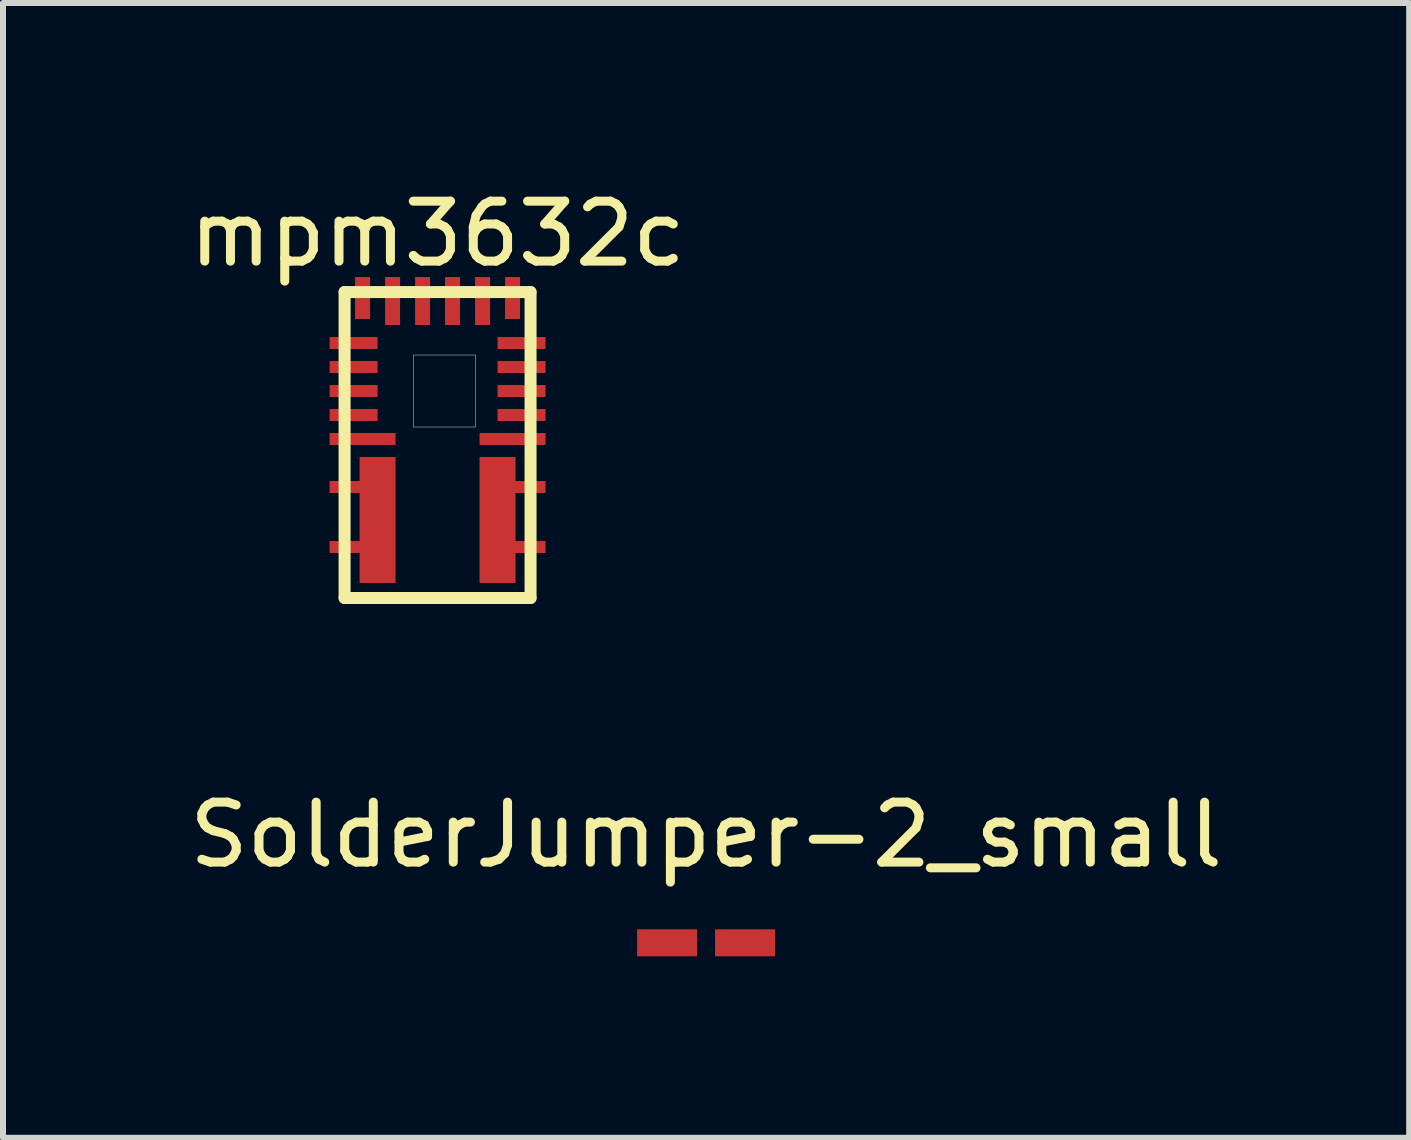
<source format=kicad_pcb>
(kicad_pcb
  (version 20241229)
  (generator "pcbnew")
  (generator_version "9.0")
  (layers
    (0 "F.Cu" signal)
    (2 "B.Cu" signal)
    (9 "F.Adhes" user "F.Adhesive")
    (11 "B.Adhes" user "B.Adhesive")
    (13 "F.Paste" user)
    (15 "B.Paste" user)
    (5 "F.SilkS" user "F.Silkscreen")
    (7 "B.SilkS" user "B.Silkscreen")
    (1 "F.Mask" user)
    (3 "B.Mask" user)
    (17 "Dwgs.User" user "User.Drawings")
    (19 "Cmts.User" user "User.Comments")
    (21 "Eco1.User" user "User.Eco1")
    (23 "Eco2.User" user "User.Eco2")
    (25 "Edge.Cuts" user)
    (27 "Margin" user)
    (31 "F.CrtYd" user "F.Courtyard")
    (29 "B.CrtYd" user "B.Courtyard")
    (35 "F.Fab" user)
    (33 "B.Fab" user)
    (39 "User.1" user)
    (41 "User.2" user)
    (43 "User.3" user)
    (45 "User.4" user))
  (footprint "mpm3632c"
    (layer "F.Cu")
    (at 4.244 4.378)
    (property "Reference" "mpm3632c" (at 0 -3.53 0) (layer "F.SilkS") (effects (font (size 1 1) (thickness 0.15))))
    (attr through_hole)
    (fp_line (start -1.55 -2.56) (end 1.55 -2.56) (stroke (width 0.2) (type solid)) (layer "F.SilkS"))
    (fp_line (start -1.55 2.54) (end -1.55 -2.56) (stroke (width 0.2) (type solid)) (layer "F.SilkS"))
    (fp_line (start 1.55 -2.56) (end 1.55 2.54) (stroke (width 0.2) (type solid)) (layer "F.SilkS"))
    (fp_line (start 1.55 2.54) (end -1.55 2.54) (stroke (width 0.2) (type solid)) (layer "F.SilkS"))
    (fp_line (start -0.4 -1.51) (end -0.4 -0.31) (stroke (width 0.01) (type solid)) (layer "F.Fab"))
    (fp_line (start -0.4 -0.31) (end 0.63 -0.31) (stroke (width 0.01) (type solid)) (layer "F.Fab"))
    (fp_line (start 0.63 -1.51) (end -0.4 -1.51) (stroke (width 0.01) (type solid)) (layer "F.Fab"))
    (fp_line (start 0.63 -0.31) (end 0.63 -1.51) (stroke (width 0.01) (type solid)) (layer "F.Fab"))
    (pad "1" smd rect (at -1.4 -1.71) (size 0.8 0.2) (layers "F.Cu" "F.Mask" "F.Paste"))
    (pad "2" smd rect (at -1.4 -1.31) (size 0.8 0.2) (layers "F.Cu" "F.Mask" "F.Paste"))
    (pad "3" smd rect (at -1.4 -0.91) (size 0.8 0.2) (layers "F.Cu" "F.Mask" "F.Paste"))
    (pad "4" smd rect (at -1.4 -0.51) (size 0.8 0.2) (layers "F.Cu" "F.Mask" "F.Paste"))
    (pad "5" smd rect (at -1.25 -0.11) (size 1.1 0.2) (layers "F.Cu" "F.Mask" "F.Paste"))
    (pad "6" smd rect (at -1.4 0.69) (size 0.8 0.2) (layers "F.Cu" "F.Mask" "F.Paste"))
    (pad "6" smd rect (at -1.4 1.69) (size 0.8 0.2) (layers "F.Cu" "F.Mask" "F.Paste"))
    (pad "6" smd rect (at -1 1.24 180) (size 0.6 2.1) (layers "F.Cu" "F.Mask" "F.Paste"))
    (pad "8" smd rect (at 1 1.24 180) (size 0.6 2.1) (layers "F.Cu" "F.Mask" "F.Paste"))
    (pad "8" smd rect (at 1.4 0.69) (size 0.8 0.2) (layers "F.Cu" "F.Mask" "F.Paste"))
    (pad "8" smd rect (at 1.4 1.69) (size 0.8 0.2) (layers "F.Cu" "F.Mask" "F.Paste"))
    (pad "10" smd rect (at 1.25 -0.11) (size 1.1 0.2) (layers "F.Cu" "F.Mask" "F.Paste"))
    (pad "11" smd rect (at 1.4 -0.51) (size 0.8 0.2) (layers "F.Cu" "F.Mask" "F.Paste"))
    (pad "12" smd rect (at 1.4 -0.91) (size 0.8 0.2) (layers "F.Cu" "F.Mask" "F.Paste"))
    (pad "13" smd rect (at 1.4 -1.31) (size 0.8 0.2) (layers "F.Cu" "F.Mask" "F.Paste"))
    (pad "14" smd rect (at 1.4 -1.71) (size 0.8 0.2) (layers "F.Cu" "F.Mask" "F.Paste"))
    (pad "15" smd rect (at 1.25 -2.46 180) (size 0.25 0.7) (layers "F.Cu" "F.Mask" "F.Paste"))
    (pad "16" smd rect (at 0.75 -2.41 180) (size 0.25 0.8) (layers "F.Cu" "F.Mask" "F.Paste"))
    (pad "17" smd rect (at 0.25 -2.41 180) (size 0.25 0.8) (layers "F.Cu" "F.Mask" "F.Paste"))
    (pad "18" smd rect (at -0.25 -2.41 180) (size 0.25 0.8) (layers "F.Cu" "F.Mask" "F.Paste"))
    (pad "19" smd rect (at -0.75 -2.41 180) (size 0.25 0.8) (layers "F.Cu" "F.Mask" "F.Paste"))
    (pad "20" smd rect (at -1.25 -2.46 180) (size 0.25 0.7) (layers "F.Cu" "F.Mask" "F.Paste")))
  (footprint "SolderJumper-2_small"
    (layer "F.Cu")
    (at 8.72 12.666)
    (property "Reference" "SolderJumper-2_small" (at 0 -1.8 0) (layer "F.SilkS") (effects (font (size 1 1) (thickness 0.15))))
    (attr exclude_from_pos_files exclude_from_bom)
    (pad "1" smd rect (at -0.65 0) (size 1 0.45) (layers "F.Cu" "F.Mask"))
    (pad "2" smd rect (at 0.65 0) (size 1 0.45) (layers "F.Cu" "F.Mask")))
  (gr_rect
    (start -3 -3)
    (end 20.44 15.916)
    (stroke (width 0.1) (type default))
    (fill no)
    (layer "Edge.Cuts")))
</source>
